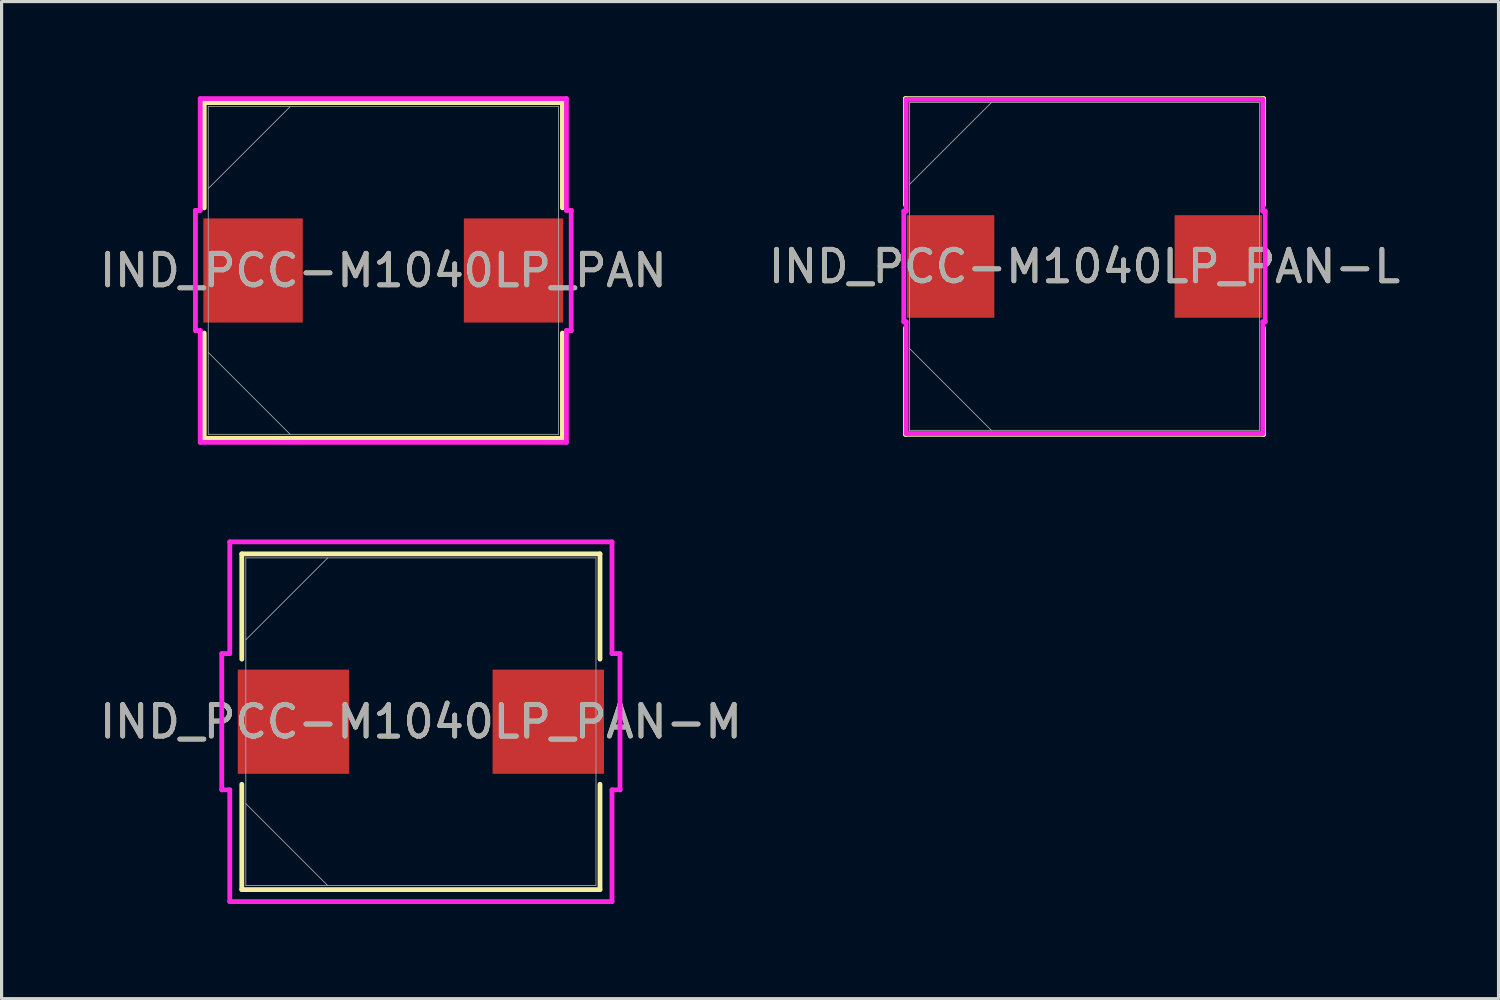
<source format=kicad_pcb>
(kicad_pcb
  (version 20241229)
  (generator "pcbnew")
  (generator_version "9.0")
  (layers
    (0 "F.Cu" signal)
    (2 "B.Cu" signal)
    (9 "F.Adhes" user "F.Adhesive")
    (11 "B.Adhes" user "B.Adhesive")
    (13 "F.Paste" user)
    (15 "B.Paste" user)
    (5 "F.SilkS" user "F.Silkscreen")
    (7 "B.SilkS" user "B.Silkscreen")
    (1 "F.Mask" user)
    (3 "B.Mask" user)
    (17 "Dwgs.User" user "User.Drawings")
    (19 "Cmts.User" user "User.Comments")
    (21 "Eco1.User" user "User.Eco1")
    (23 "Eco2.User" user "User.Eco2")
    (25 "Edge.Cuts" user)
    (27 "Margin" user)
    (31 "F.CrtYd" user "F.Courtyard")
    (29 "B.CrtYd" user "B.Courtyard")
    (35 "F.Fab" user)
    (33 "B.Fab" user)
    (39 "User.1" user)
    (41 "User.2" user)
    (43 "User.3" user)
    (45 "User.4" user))
  (footprint "IND_PCC-M1040LP_PAN"
    (layer "F.Cu")
    (at 9.101 5.524)
    (property "Reference" "IND_PCC-M1040LP_PAN" (at 0 0 0) (unlocked yes) (layer "F.SilkS") (effects (font (size 1 1) (thickness 0.15))))
    (attr smd)
    (fp_line (start -5.677 -5.321) (end -5.677 -1.984) (stroke (width 0.152) (type solid)) (layer "F.SilkS"))
    (fp_line (start -5.677 1.984) (end -5.677 5.321) (stroke (width 0.152) (type solid)) (layer "F.SilkS"))
    (fp_line (start -5.677 5.321) (end 5.677 5.321) (stroke (width 0.152) (type solid)) (layer "F.SilkS"))
    (fp_line (start 5.677 -5.321) (end -5.677 -5.321) (stroke (width 0.152) (type solid)) (layer "F.SilkS"))
    (fp_line (start 5.677 -1.984) (end 5.677 -5.321) (stroke (width 0.152) (type solid)) (layer "F.SilkS"))
    (fp_line (start 5.677 5.321) (end 5.677 1.984) (stroke (width 0.152) (type solid)) (layer "F.SilkS"))
    (fp_line (start -5.956 -1.905) (end -5.804 -1.905) (stroke (width 0.152) (type solid)) (layer "F.CrtYd"))
    (fp_line (start -5.956 1.905) (end -5.956 -1.905) (stroke (width 0.152) (type solid)) (layer "F.CrtYd"))
    (fp_line (start -5.804 -5.448) (end 5.804 -5.448) (stroke (width 0.152) (type solid)) (layer "F.CrtYd"))
    (fp_line (start -5.804 -1.905) (end -5.804 -5.448) (stroke (width 0.152) (type solid)) (layer "F.CrtYd"))
    (fp_line (start -5.804 1.905) (end -5.956 1.905) (stroke (width 0.152) (type solid)) (layer "F.CrtYd"))
    (fp_line (start -5.804 1.905) (end -5.804 5.448) (stroke (width 0.152) (type solid)) (layer "F.CrtYd"))
    (fp_line (start -5.804 5.448) (end 5.804 5.448) (stroke (width 0.152) (type solid)) (layer "F.CrtYd"))
    (fp_line (start 5.804 -5.448) (end 5.804 -1.905) (stroke (width 0.152) (type solid)) (layer "F.CrtYd"))
    (fp_line (start 5.804 -1.905) (end 5.956 -1.905) (stroke (width 0.152) (type solid)) (layer "F.CrtYd"))
    (fp_line (start 5.804 1.905) (end 5.956 1.905) (stroke (width 0.152) (type solid)) (layer "F.CrtYd"))
    (fp_line (start 5.804 5.448) (end 5.804 1.905) (stroke (width 0.152) (type solid)) (layer "F.CrtYd"))
    (fp_line (start 5.956 -1.905) (end 5.956 1.905) (stroke (width 0.152) (type solid)) (layer "F.CrtYd"))
    (fp_line (start -5.55 -5.194) (end -5.55 5.194) (stroke (width 0.025) (type solid)) (layer "F.Fab"))
    (fp_line (start -5.55 -2.597) (end -2.953 -5.194) (stroke (width 0.025) (type solid)) (layer "F.Fab"))
    (fp_line (start -5.55 2.597) (end -2.953 5.194) (stroke (width 0.025) (type solid)) (layer "F.Fab"))
    (fp_line (start -5.55 5.194) (end 5.55 5.194) (stroke (width 0.025) (type solid)) (layer "F.Fab"))
    (fp_line (start 5.55 -5.194) (end -5.55 -5.194) (stroke (width 0.025) (type solid)) (layer "F.Fab"))
    (fp_line (start 5.55 5.194) (end 5.55 -5.194) (stroke (width 0.025) (type solid)) (layer "F.Fab"))
    (fp_text user "${REFERENCE}" (at 0 0 0) (unlocked yes) (layer "F.Fab") (effects (font (size 1 1) (thickness 0.15))))
    (pad "1" smd rect (at -4.128 0 90) (size 3.302 3.15) (layers "F.Cu" "F.Mask" "F.Paste"))
    (pad "2" smd rect (at 4.128 0 90) (size 3.302 3.15) (layers "F.Cu" "F.Mask" "F.Paste")))
  (footprint "IND_PCC-M1040LP_PAN-L"
    (layer "F.Cu")
    (at 31.327 5.397)
    (property "Reference" "IND_PCC-M1040LP_PAN-L" (at 0 0 0) (unlocked yes) (layer "F.SilkS") (effects (font (size 1 1) (thickness 0.15))))
    (attr smd)
    (fp_line (start -5.677 -5.321) (end -5.677 -1.954) (stroke (width 0.152) (type solid)) (layer "F.SilkS"))
    (fp_line (start -5.677 1.954) (end -5.677 5.321) (stroke (width 0.152) (type solid)) (layer "F.SilkS"))
    (fp_line (start -5.677 5.321) (end 5.677 5.321) (stroke (width 0.152) (type solid)) (layer "F.SilkS"))
    (fp_line (start 5.677 -5.321) (end -5.677 -5.321) (stroke (width 0.152) (type solid)) (layer "F.SilkS"))
    (fp_line (start 5.677 -1.954) (end 5.677 -5.321) (stroke (width 0.152) (type solid)) (layer "F.SilkS"))
    (fp_line (start 5.677 5.321) (end 5.677 1.954) (stroke (width 0.152) (type solid)) (layer "F.SilkS"))
    (fp_line (start -5.728 -1.753) (end -5.652 -1.753) (stroke (width 0.152) (type solid)) (layer "F.CrtYd"))
    (fp_line (start -5.728 1.753) (end -5.728 -1.753) (stroke (width 0.152) (type solid)) (layer "F.CrtYd"))
    (fp_line (start -5.652 -5.296) (end 5.652 -5.296) (stroke (width 0.152) (type solid)) (layer "F.CrtYd"))
    (fp_line (start -5.652 -1.753) (end -5.652 -5.296) (stroke (width 0.152) (type solid)) (layer "F.CrtYd"))
    (fp_line (start -5.652 1.753) (end -5.728 1.753) (stroke (width 0.152) (type solid)) (layer "F.CrtYd"))
    (fp_line (start -5.652 1.753) (end -5.652 5.296) (stroke (width 0.152) (type solid)) (layer "F.CrtYd"))
    (fp_line (start -5.652 5.296) (end 5.652 5.296) (stroke (width 0.152) (type solid)) (layer "F.CrtYd"))
    (fp_line (start 5.652 -5.296) (end 5.652 -1.753) (stroke (width 0.152) (type solid)) (layer "F.CrtYd"))
    (fp_line (start 5.652 -1.753) (end 5.728 -1.753) (stroke (width 0.152) (type solid)) (layer "F.CrtYd"))
    (fp_line (start 5.652 1.753) (end 5.728 1.753) (stroke (width 0.152) (type solid)) (layer "F.CrtYd"))
    (fp_line (start 5.652 5.296) (end 5.652 1.753) (stroke (width 0.152) (type solid)) (layer "F.CrtYd"))
    (fp_line (start 5.728 -1.753) (end 5.728 1.753) (stroke (width 0.152) (type solid)) (layer "F.CrtYd"))
    (fp_line (start -5.55 -5.194) (end -5.55 5.194) (stroke (width 0.025) (type solid)) (layer "F.Fab"))
    (fp_line (start -5.55 -2.597) (end -2.953 -5.194) (stroke (width 0.025) (type solid)) (layer "F.Fab"))
    (fp_line (start -5.55 2.597) (end -2.953 5.194) (stroke (width 0.025) (type solid)) (layer "F.Fab"))
    (fp_line (start -5.55 5.194) (end 5.55 5.194) (stroke (width 0.025) (type solid)) (layer "F.Fab"))
    (fp_line (start 5.55 -5.194) (end -5.55 -5.194) (stroke (width 0.025) (type solid)) (layer "F.Fab"))
    (fp_line (start 5.55 5.194) (end 5.55 -5.194) (stroke (width 0.025) (type solid)) (layer "F.Fab"))
    (fp_text user "${REFERENCE}" (at 0 0 0) (unlocked yes) (layer "F.Fab") (effects (font (size 1 1) (thickness 0.15))))
    (pad "1" smd rect (at -4.242 0 90) (size 3.251 2.769) (layers "F.Cu" "F.Mask" "F.Paste"))
    (pad "2" smd rect (at 4.242 0 90) (size 3.251 2.769) (layers "F.Cu" "F.Mask" "F.Paste")))
  (footprint "IND_PCC-M1040LP_PAN-M"
    (layer "F.Cu")
    (at 10.292 19.828)
    (property "Reference" "IND_PCC-M1040LP_PAN-M" (at 0 0 0) (unlocked yes) (layer "F.SilkS") (effects (font (size 1 1) (thickness 0.15))))
    (attr smd)
    (fp_line (start -5.677 -5.321) (end -5.677 -1.984) (stroke (width 0.152) (type solid)) (layer "F.SilkS"))
    (fp_line (start -5.677 1.984) (end -5.677 5.321) (stroke (width 0.152) (type solid)) (layer "F.SilkS"))
    (fp_line (start -5.677 5.321) (end 5.677 5.321) (stroke (width 0.152) (type solid)) (layer "F.SilkS"))
    (fp_line (start 5.677 -5.321) (end -5.677 -5.321) (stroke (width 0.152) (type solid)) (layer "F.SilkS"))
    (fp_line (start 5.677 -1.984) (end 5.677 -5.321) (stroke (width 0.152) (type solid)) (layer "F.SilkS"))
    (fp_line (start 5.677 5.321) (end 5.677 1.984) (stroke (width 0.152) (type solid)) (layer "F.SilkS"))
    (fp_line (start -6.312 -2.159) (end -6.058 -2.159) (stroke (width 0.152) (type solid)) (layer "F.CrtYd"))
    (fp_line (start -6.312 2.159) (end -6.312 -2.159) (stroke (width 0.152) (type solid)) (layer "F.CrtYd"))
    (fp_line (start -6.058 -5.702) (end 6.058 -5.702) (stroke (width 0.152) (type solid)) (layer "F.CrtYd"))
    (fp_line (start -6.058 -2.159) (end -6.058 -5.702) (stroke (width 0.152) (type solid)) (layer "F.CrtYd"))
    (fp_line (start -6.058 2.159) (end -6.312 2.159) (stroke (width 0.152) (type solid)) (layer "F.CrtYd"))
    (fp_line (start -6.058 2.159) (end -6.058 5.702) (stroke (width 0.152) (type solid)) (layer "F.CrtYd"))
    (fp_line (start -6.058 5.702) (end 6.058 5.702) (stroke (width 0.152) (type solid)) (layer "F.CrtYd"))
    (fp_line (start 6.058 -5.702) (end 6.058 -2.159) (stroke (width 0.152) (type solid)) (layer "F.CrtYd"))
    (fp_line (start 6.058 -2.159) (end 6.312 -2.159) (stroke (width 0.152) (type solid)) (layer "F.CrtYd"))
    (fp_line (start 6.058 2.159) (end 6.312 2.159) (stroke (width 0.152) (type solid)) (layer "F.CrtYd"))
    (fp_line (start 6.058 5.702) (end 6.058 2.159) (stroke (width 0.152) (type solid)) (layer "F.CrtYd"))
    (fp_line (start 6.312 -2.159) (end 6.312 2.159) (stroke (width 0.152) (type solid)) (layer "F.CrtYd"))
    (fp_line (start -5.55 -5.194) (end -5.55 5.194) (stroke (width 0.025) (type solid)) (layer "F.Fab"))
    (fp_line (start -5.55 -2.597) (end -2.953 -5.194) (stroke (width 0.025) (type solid)) (layer "F.Fab"))
    (fp_line (start -5.55 2.597) (end -2.953 5.194) (stroke (width 0.025) (type solid)) (layer "F.Fab"))
    (fp_line (start -5.55 5.194) (end 5.55 5.194) (stroke (width 0.025) (type solid)) (layer "F.Fab"))
    (fp_line (start 5.55 -5.194) (end -5.55 -5.194) (stroke (width 0.025) (type solid)) (layer "F.Fab"))
    (fp_line (start 5.55 5.194) (end 5.55 -5.194) (stroke (width 0.025) (type solid)) (layer "F.Fab"))
    (fp_text user "${REFERENCE}" (at 0 0 0) (unlocked yes) (layer "F.Fab") (effects (font (size 1 1) (thickness 0.15))))
    (pad "1" smd rect (at -4.039 0 90) (size 3.302 3.531) (layers "F.Cu" "F.Mask" "F.Paste"))
    (pad "2" smd rect (at 4.039 0 90) (size 3.302 3.531) (layers "F.Cu" "F.Mask" "F.Paste")))
  (gr_rect
    (start -3 -3)
    (end 44.452 28.606)
    (stroke (width 0.1) (type default))
    (fill no)
    (layer "Edge.Cuts")))
</source>
